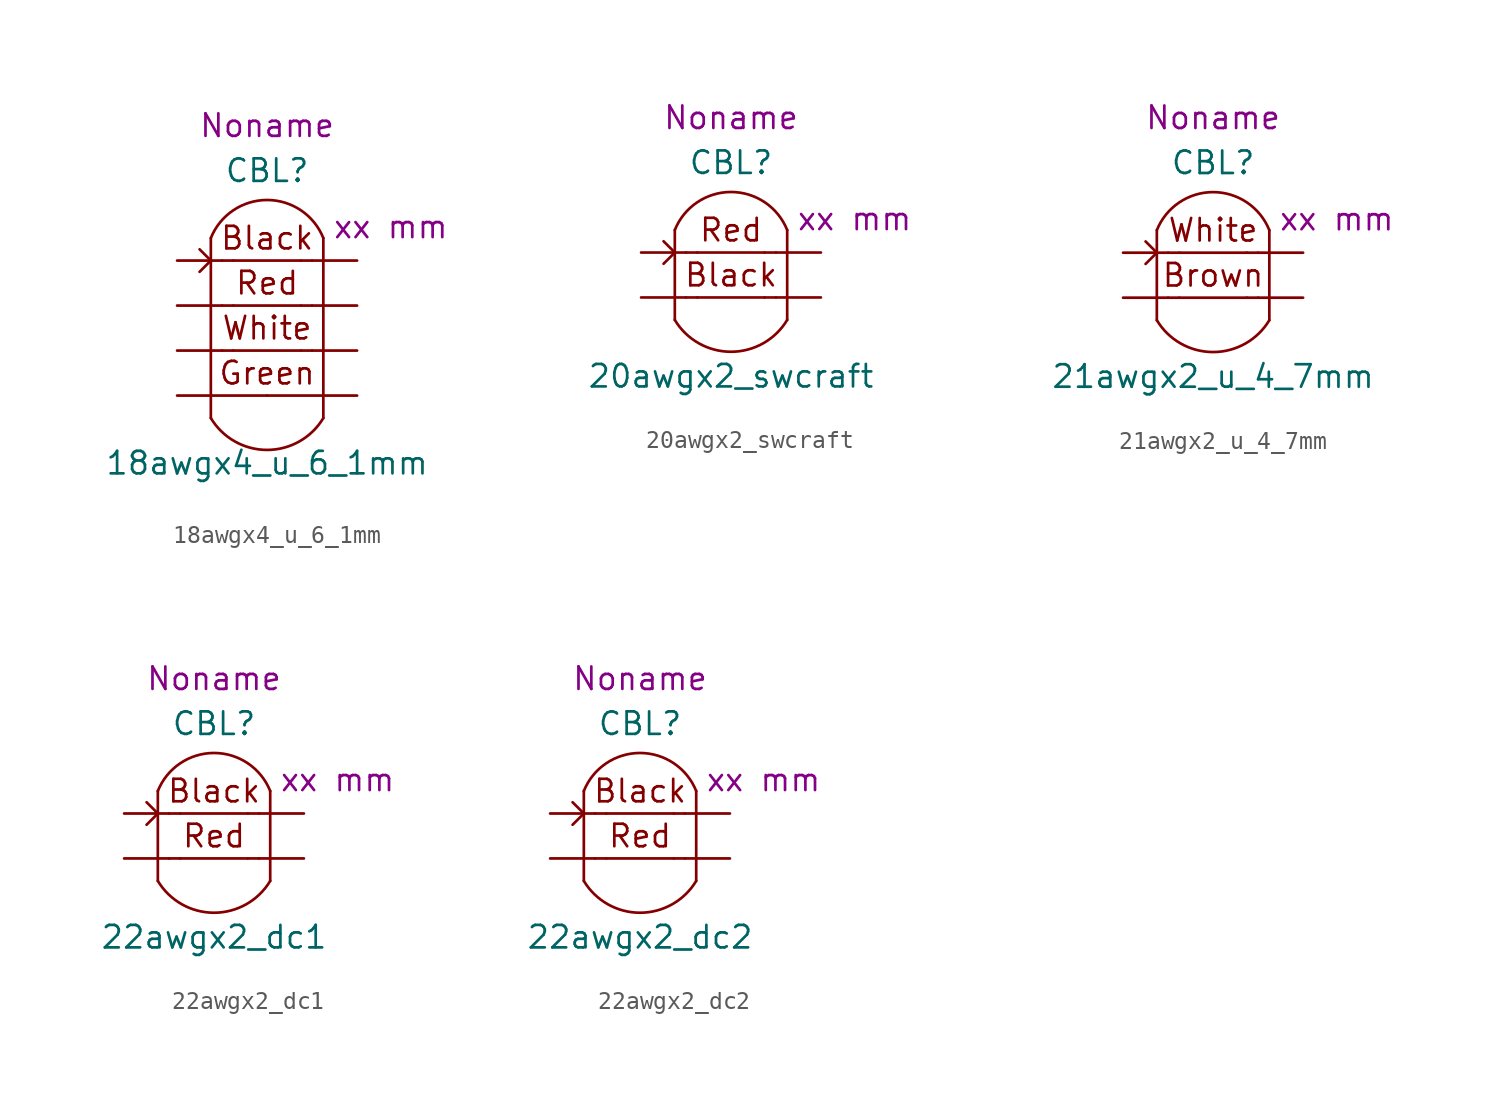
<source format=kicad_sym>
(kicad_symbol_lib
  (version 20211014)
  (generator kicad_symbol_editor)
  (symbol "18awgx4_u_6_1mm"
    (pin_numbers hide)
    (pin_names hide)
    (property "Reference" "CBL"
      (at 0 7.62 0)
      (effects (font (size 1.27 1.27))))
    (property "Value" "18awgx4_u_6_1mm"
      (at 0 -8.89 0)
      (effects (font (size 1.27 1.27))))
    (property "Length" "xx mm"
      (at 6.985 4.445 0)
      (effects (font (size 1.27 1.27))))
    (property "Harness_name" "Noname"
      (at 0 10.16 0)
      (effects (font (size 1.27 1.27))))
    (symbol "18awgx4_u_6_1mm_0_0"
      (arc (start -3.175 -6.35) (mid 0 -8.1477) (end 3.175 -6.35) (stroke (width 0) (type default) (color 0 0 0 0)) (fill (type none)))
      (polyline (pts (xy -3.175 3.81) (xy -3.175 -6.35)) (stroke (width 0) (type default) (color 0 0 0 0)) (fill (type none)))
      (polyline (pts (xy -1.905 -2.54) (xy 1.905 -2.54)) (stroke (width 0) (type default) (color 0 0 0 0)) (fill (type none)))
      (polyline (pts (xy -1.905 0) (xy 1.905 0)) (stroke (width 0) (type default) (color 0 0 0 0)) (fill (type none)))
      (polyline (pts (xy -1.905 2.54) (xy 1.905 2.54)) (stroke (width 0) (type default) (color 0 0 0 0)) (fill (type none)))
      (polyline (pts (xy 3.175 3.81) (xy 3.175 -6.35)) (stroke (width 0) (type default) (color 0 0 0 0)) (fill (type none)))
      (arc (start 3.175 3.81) (mid 0 5.9596) (end -3.175 3.81) (stroke (width 0) (type default) (color 0 0 0 0)) (fill (type none)))
      (text "Black" (at 0 3.81 0) (effects (font (size 1.27 1.27))))
      (text "Green" (at 0 -3.81 0) (effects (font (size 1.27 1.27))))
      (text "Red" (at 0 1.27 0) (effects (font (size 1.27 1.27))))
      (text "White" (at 0 -1.27 0) (effects (font (size 1.27 1.27))))
      (pin passive line (at -5.08 -5.08 0) (length 5.08) (name "C4.1" (effects (font (size 1.27 1.27)))) (number "7" (effects (font (size 1.27 1.27)))))
      (pin passive line (at 5.08 -5.08 180) (length 5.08) (name "C4.2" (effects (font (size 1.27 1.27)))) (number "8" (effects (font (size 1.27 1.27))))))
    (symbol "18awgx4_u_6_1mm_0_1"
      (polyline (pts (xy -1.905 -2.54) (xy -2.54 -2.54)) (stroke (width 0) (type default) (color 0 0 0 0)) (fill (type none)))
      (polyline (pts (xy -1.905 0) (xy -2.54 0)) (stroke (width 0) (type default) (color 0 0 0 0)) (fill (type none)))
      (polyline (pts (xy -1.905 2.54) (xy -2.54 2.54)) (stroke (width 0) (type default) (color 0 0 0 0)) (fill (type none)))
      (polyline (pts (xy 2.54 -2.54) (xy 1.905 -2.54)) (stroke (width 0) (type default) (color 0 0 0 0)) (fill (type none)))
      (polyline (pts (xy 2.54 0) (xy 1.905 0)) (stroke (width 0) (type default) (color 0 0 0 0)) (fill (type none)))
      (polyline (pts (xy 2.54 2.54) (xy 1.905 2.54)) (stroke (width 0) (type default) (color 0 0 0 0)) (fill (type none)))
      (polyline (pts (xy -3.81 3.175) (xy -3.175 2.54) (xy -3.81 1.905)) (stroke (width 0) (type default) (color 0 0 0 0)) (fill (type none))))
    (symbol "18awgx4_u_6_1mm_1_1"
      (pin passive line (at -5.08 2.54 0) (length 2.54) (name "C1.1" (effects (font (size 1.27 1.27)))) (number "1" (effects (font (size 1.27 1.27)))))
      (pin passive line (at 5.08 2.54 180) (length 2.54) (name "C1.2" (effects (font (size 1.27 1.27)))) (number "2" (effects (font (size 1.27 1.27)))))
      (pin passive line (at -5.08 0 0) (length 2.54) (name "C2.1" (effects (font (size 1.27 1.27)))) (number "3" (effects (font (size 1.27 1.27)))))
      (pin passive line (at 5.08 0 180) (length 2.54) (name "C2.2" (effects (font (size 1.27 1.27)))) (number "4" (effects (font (size 1.27 1.27)))))
      (pin passive line (at -5.08 -2.54 0) (length 2.54) (name "C3.1" (effects (font (size 1.27 1.27)))) (number "5" (effects (font (size 1.27 1.27)))))
      (pin passive line (at 5.08 -2.54 180) (length 2.54) (name "C3.2" (effects (font (size 1.27 1.27)))) (number "6" (effects (font (size 1.27 1.27)))))))
  (symbol "20awgx2_swcraft"
    (pin_numbers hide)
    (pin_names hide)
    (property "Reference" "CBL"
      (at 0 7.62 0)
      (effects (font (size 1.27 1.27))))
    (property "Value" "20awgx2_swcraft"
      (at 0 -4.445 0)
      (effects (font (size 1.27 1.27))))
    (property "Length" "xx mm"
      (at 6.985 4.445 0)
      (effects (font (size 1.27 1.27))))
    (property "Harness_name" "Noname"
      (at 0 10.16 0)
      (effects (font (size 1.27 1.27))))
    (symbol "20awgx2_swcraft_0_0"
      (arc (start -3.175 -1.27) (mid 0 -3.0677) (end 3.175 -1.27) (stroke (width 0) (type default) (color 0 0 0 0)) (fill (type none)))
      (polyline (pts (xy -3.175 3.81) (xy -3.175 -1.27)) (stroke (width 0) (type default) (color 0 0 0 0)) (fill (type none)))
      (polyline (pts (xy -1.905 0) (xy 1.905 0)) (stroke (width 0) (type default) (color 0 0 0 0)) (fill (type none)))
      (polyline (pts (xy -1.905 2.54) (xy 1.905 2.54)) (stroke (width 0) (type default) (color 0 0 0 0)) (fill (type none)))
      (polyline (pts (xy 3.175 3.81) (xy 3.175 -1.27)) (stroke (width 0) (type default) (color 0 0 0 0)) (fill (type none)))
      (arc (start 3.175 3.81) (mid 0 5.9596) (end -3.175 3.81) (stroke (width 0) (type default) (color 0 0 0 0)) (fill (type none)))
      (text "Black" (at 0 1.27 0) (effects (font (size 1.27 1.27))))
      (text "Red" (at 0 3.81 0) (effects (font (size 1.27 1.27)))))
    (symbol "20awgx2_swcraft_0_1"
      (polyline (pts (xy -1.905 0) (xy -2.54 0)) (stroke (width 0) (type default) (color 0 0 0 0)) (fill (type none)))
      (polyline (pts (xy -1.905 2.54) (xy -2.54 2.54)) (stroke (width 0) (type default) (color 0 0 0 0)) (fill (type none)))
      (polyline (pts (xy 2.54 0) (xy 1.905 0)) (stroke (width 0) (type default) (color 0 0 0 0)) (fill (type none)))
      (polyline (pts (xy 2.54 2.54) (xy 1.905 2.54)) (stroke (width 0) (type default) (color 0 0 0 0)) (fill (type none)))
      (polyline (pts (xy -3.81 3.175) (xy -3.175 2.54) (xy -3.81 1.905)) (stroke (width 0) (type default) (color 0 0 0 0)) (fill (type none))))
    (symbol "20awgx2_swcraft_1_1"
      (pin passive line (at -5.08 2.54 0) (length 2.54) (name "C1.1" (effects (font (size 1.27 1.27)))) (number "1" (effects (font (size 1.27 1.27)))))
      (pin passive line (at 5.08 2.54 180) (length 2.54) (name "C1.2" (effects (font (size 1.27 1.27)))) (number "2" (effects (font (size 1.27 1.27)))))
      (pin passive line (at -5.08 0 0) (length 2.54) (name "C2.1" (effects (font (size 1.27 1.27)))) (number "3" (effects (font (size 1.27 1.27)))))
      (pin passive line (at 5.08 0 180) (length 2.54) (name "C2.2" (effects (font (size 1.27 1.27)))) (number "4" (effects (font (size 1.27 1.27)))))))
  (symbol "21awgx2_u_4_7mm"
    (pin_numbers hide)
    (pin_names hide)
    (property "Reference" "CBL"
      (at 0 7.62 0)
      (effects (font (size 1.27 1.27))))
    (property "Value" "21awgx2_u_4_7mm"
      (at 0 -4.445 0)
      (effects (font (size 1.27 1.27))))
    (property "Length" "xx mm"
      (at 6.985 4.445 0)
      (effects (font (size 1.27 1.27))))
    (property "Harness_name" "Noname"
      (at 0 10.16 0)
      (effects (font (size 1.27 1.27))))
    (symbol "21awgx2_u_4_7mm_0_0"
      (arc (start -3.175 -1.27) (mid 0 -3.0677) (end 3.175 -1.27) (stroke (width 0) (type default) (color 0 0 0 0)) (fill (type none)))
      (polyline (pts (xy -3.175 3.81) (xy -3.175 -1.27)) (stroke (width 0) (type default) (color 0 0 0 0)) (fill (type none)))
      (polyline (pts (xy -1.905 0) (xy 1.905 0)) (stroke (width 0) (type default) (color 0 0 0 0)) (fill (type none)))
      (polyline (pts (xy -1.905 2.54) (xy 1.905 2.54)) (stroke (width 0) (type default) (color 0 0 0 0)) (fill (type none)))
      (polyline (pts (xy 3.175 3.81) (xy 3.175 -1.27)) (stroke (width 0) (type default) (color 0 0 0 0)) (fill (type none)))
      (arc (start 3.175 3.81) (mid 0 5.9596) (end -3.175 3.81) (stroke (width 0) (type default) (color 0 0 0 0)) (fill (type none)))
      (text "Brown" (at 0 1.27 0) (effects (font (size 1.27 1.27))))
      (text "White" (at 0 3.81 0) (effects (font (size 1.27 1.27)))))
    (symbol "21awgx2_u_4_7mm_0_1"
      (polyline (pts (xy -1.905 0) (xy -2.54 0)) (stroke (width 0) (type default) (color 0 0 0 0)) (fill (type none)))
      (polyline (pts (xy -1.905 2.54) (xy -2.54 2.54)) (stroke (width 0) (type default) (color 0 0 0 0)) (fill (type none)))
      (polyline (pts (xy 2.54 0) (xy 1.905 0)) (stroke (width 0) (type default) (color 0 0 0 0)) (fill (type none)))
      (polyline (pts (xy 2.54 2.54) (xy 1.905 2.54)) (stroke (width 0) (type default) (color 0 0 0 0)) (fill (type none)))
      (polyline (pts (xy -3.81 3.175) (xy -3.175 2.54) (xy -3.81 1.905)) (stroke (width 0) (type default) (color 0 0 0 0)) (fill (type none))))
    (symbol "21awgx2_u_4_7mm_1_1"
      (pin passive line (at -5.08 2.54 0) (length 2.54) (name "C1.1" (effects (font (size 1.27 1.27)))) (number "1" (effects (font (size 1.27 1.27)))))
      (pin passive line (at 5.08 2.54 180) (length 2.54) (name "C1.2" (effects (font (size 1.27 1.27)))) (number "2" (effects (font (size 1.27 1.27)))))
      (pin passive line (at -5.08 0 0) (length 2.54) (name "C2.1" (effects (font (size 1.27 1.27)))) (number "3" (effects (font (size 1.27 1.27)))))
      (pin passive line (at 5.08 0 180) (length 2.54) (name "C2.2" (effects (font (size 1.27 1.27)))) (number "4" (effects (font (size 1.27 1.27)))))))
  (symbol "22awgx2_dc1"
    (pin_numbers hide)
    (pin_names hide)
    (property "Reference" "CBL"
      (at 0 7.62 0)
      (effects (font (size 1.27 1.27))))
    (property "Value" "22awgx2_dc1"
      (at 0 -4.445 0)
      (effects (font (size 1.27 1.27))))
    (property "Length" "xx mm"
      (at 6.985 4.445 0)
      (effects (font (size 1.27 1.27))))
    (property "Harness_name" "Noname"
      (at 0 10.16 0)
      (effects (font (size 1.27 1.27))))
    (symbol "22awgx2_dc1_0_0"
      (arc (start -3.175 -1.27) (mid 0 -3.0677) (end 3.175 -1.27) (stroke (width 0) (type default) (color 0 0 0 0)) (fill (type none)))
      (polyline (pts (xy -3.175 3.81) (xy -3.175 -1.27)) (stroke (width 0) (type default) (color 0 0 0 0)) (fill (type none)))
      (polyline (pts (xy -1.905 0) (xy 1.905 0)) (stroke (width 0) (type default) (color 0 0 0 0)) (fill (type none)))
      (polyline (pts (xy -1.905 2.54) (xy 1.905 2.54)) (stroke (width 0) (type default) (color 0 0 0 0)) (fill (type none)))
      (polyline (pts (xy 3.175 3.81) (xy 3.175 -1.27)) (stroke (width 0) (type default) (color 0 0 0 0)) (fill (type none)))
      (arc (start 3.175 3.81) (mid 0 5.9596) (end -3.175 3.81) (stroke (width 0) (type default) (color 0 0 0 0)) (fill (type none)))
      (text "Black" (at 0 3.81 0) (effects (font (size 1.27 1.27))))
      (text "Red" (at 0 1.27 0) (effects (font (size 1.27 1.27)))))
    (symbol "22awgx2_dc1_0_1"
      (polyline (pts (xy -1.905 0) (xy -2.54 0)) (stroke (width 0) (type default) (color 0 0 0 0)) (fill (type none)))
      (polyline (pts (xy -1.905 2.54) (xy -2.54 2.54)) (stroke (width 0) (type default) (color 0 0 0 0)) (fill (type none)))
      (polyline (pts (xy 2.54 0) (xy 1.905 0)) (stroke (width 0) (type default) (color 0 0 0 0)) (fill (type none)))
      (polyline (pts (xy 2.54 2.54) (xy 1.905 2.54)) (stroke (width 0) (type default) (color 0 0 0 0)) (fill (type none)))
      (polyline (pts (xy -3.81 3.175) (xy -3.175 2.54) (xy -3.81 1.905)) (stroke (width 0) (type default) (color 0 0 0 0)) (fill (type none))))
    (symbol "22awgx2_dc1_1_1"
      (pin passive line (at -5.08 2.54 0) (length 2.54) (name "C1.1" (effects (font (size 1.27 1.27)))) (number "1" (effects (font (size 1.27 1.27)))))
      (pin passive line (at 5.08 2.54 180) (length 2.54) (name "C1.2" (effects (font (size 1.27 1.27)))) (number "2" (effects (font (size 1.27 1.27)))))
      (pin passive line (at -5.08 0 0) (length 2.54) (name "C2.1" (effects (font (size 1.27 1.27)))) (number "3" (effects (font (size 1.27 1.27)))))
      (pin passive line (at 5.08 0 180) (length 2.54) (name "C2.2" (effects (font (size 1.27 1.27)))) (number "4" (effects (font (size 1.27 1.27)))))))
  (symbol "22awgx2_dc2"
    (pin_numbers hide)
    (pin_names hide)
    (property "Reference" "CBL"
      (at 0 7.62 0)
      (effects (font (size 1.27 1.27))))
    (property "Value" "22awgx2_dc2"
      (at 0 -4.445 0)
      (effects (font (size 1.27 1.27))))
    (property "Length" "xx mm"
      (at 6.985 4.445 0)
      (effects (font (size 1.27 1.27))))
    (property "Harness_name" "Noname"
      (at 0 10.16 0)
      (effects (font (size 1.27 1.27))))
    (symbol "22awgx2_dc2_0_0"
      (arc (start -3.175 -1.27) (mid 0 -3.0677) (end 3.175 -1.27) (stroke (width 0) (type default) (color 0 0 0 0)) (fill (type none)))
      (polyline (pts (xy -3.175 3.81) (xy -3.175 -1.27)) (stroke (width 0) (type default) (color 0 0 0 0)) (fill (type none)))
      (polyline (pts (xy -1.905 0) (xy 1.905 0)) (stroke (width 0) (type default) (color 0 0 0 0)) (fill (type none)))
      (polyline (pts (xy -1.905 2.54) (xy 1.905 2.54)) (stroke (width 0) (type default) (color 0 0 0 0)) (fill (type none)))
      (polyline (pts (xy 3.175 3.81) (xy 3.175 -1.27)) (stroke (width 0) (type default) (color 0 0 0 0)) (fill (type none)))
      (arc (start 3.175 3.81) (mid 0 5.9596) (end -3.175 3.81) (stroke (width 0) (type default) (color 0 0 0 0)) (fill (type none)))
      (text "Black" (at 0 3.81 0) (effects (font (size 1.27 1.27))))
      (text "Red" (at 0 1.27 0) (effects (font (size 1.27 1.27)))))
    (symbol "22awgx2_dc2_0_1"
      (polyline (pts (xy -1.905 0) (xy -2.54 0)) (stroke (width 0) (type default) (color 0 0 0 0)) (fill (type none)))
      (polyline (pts (xy -1.905 2.54) (xy -2.54 2.54)) (stroke (width 0) (type default) (color 0 0 0 0)) (fill (type none)))
      (polyline (pts (xy 2.54 0) (xy 1.905 0)) (stroke (width 0) (type default) (color 0 0 0 0)) (fill (type none)))
      (polyline (pts (xy 2.54 2.54) (xy 1.905 2.54)) (stroke (width 0) (type default) (color 0 0 0 0)) (fill (type none)))
      (polyline (pts (xy -3.81 3.175) (xy -3.175 2.54) (xy -3.81 1.905)) (stroke (width 0) (type default) (color 0 0 0 0)) (fill (type none))))
    (symbol "22awgx2_dc2_1_1"
      (pin passive line (at -5.08 2.54 0) (length 2.54) (name "C1.1" (effects (font (size 1.27 1.27)))) (number "1" (effects (font (size 1.27 1.27)))))
      (pin passive line (at 5.08 2.54 180) (length 2.54) (name "C1.2" (effects (font (size 1.27 1.27)))) (number "2" (effects (font (size 1.27 1.27)))))
      (pin passive line (at -5.08 0 0) (length 2.54) (name "C2.1" (effects (font (size 1.27 1.27)))) (number "3" (effects (font (size 1.27 1.27)))))
      (pin passive line (at 5.08 0 180) (length 2.54) (name "C2.2" (effects (font (size 1.27 1.27)))) (number "4" (effects (font (size 1.27 1.27))))))))
</source>
